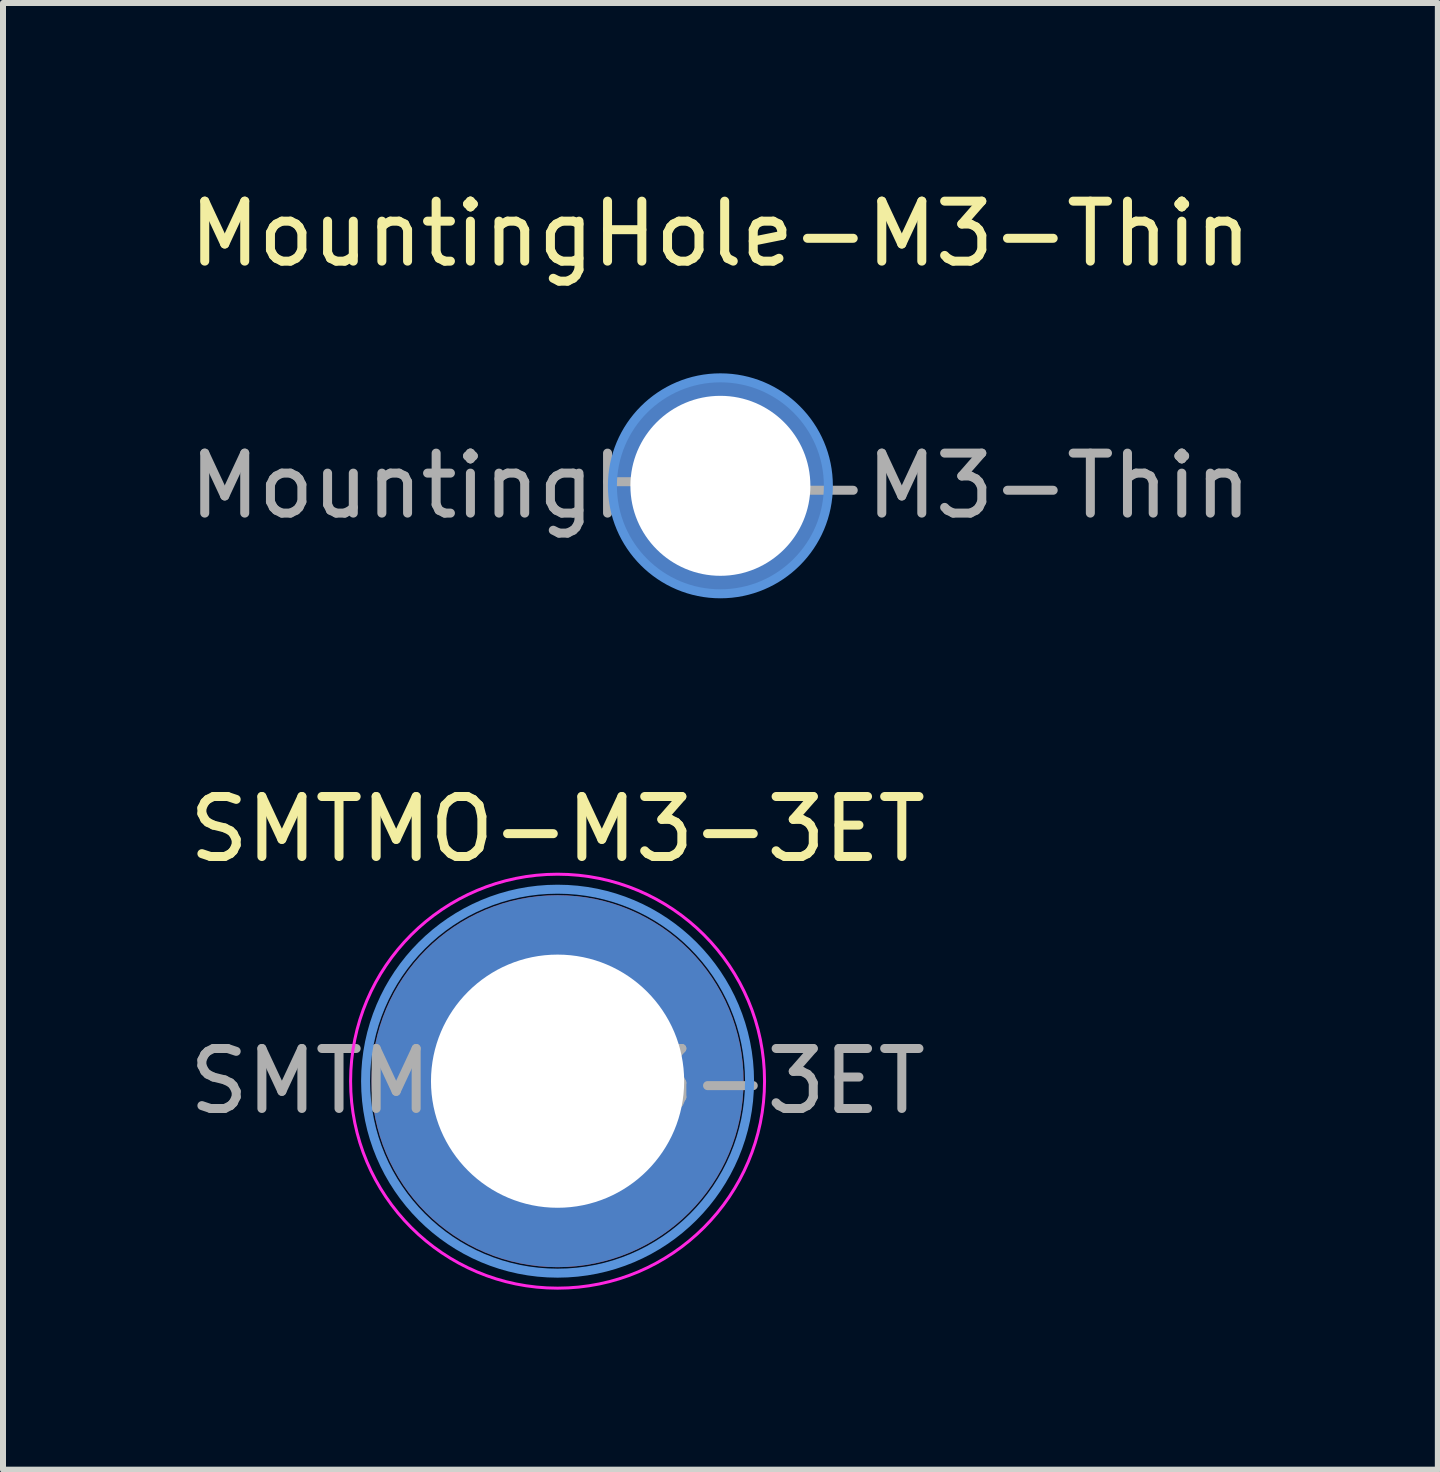
<source format=kicad_pcb>
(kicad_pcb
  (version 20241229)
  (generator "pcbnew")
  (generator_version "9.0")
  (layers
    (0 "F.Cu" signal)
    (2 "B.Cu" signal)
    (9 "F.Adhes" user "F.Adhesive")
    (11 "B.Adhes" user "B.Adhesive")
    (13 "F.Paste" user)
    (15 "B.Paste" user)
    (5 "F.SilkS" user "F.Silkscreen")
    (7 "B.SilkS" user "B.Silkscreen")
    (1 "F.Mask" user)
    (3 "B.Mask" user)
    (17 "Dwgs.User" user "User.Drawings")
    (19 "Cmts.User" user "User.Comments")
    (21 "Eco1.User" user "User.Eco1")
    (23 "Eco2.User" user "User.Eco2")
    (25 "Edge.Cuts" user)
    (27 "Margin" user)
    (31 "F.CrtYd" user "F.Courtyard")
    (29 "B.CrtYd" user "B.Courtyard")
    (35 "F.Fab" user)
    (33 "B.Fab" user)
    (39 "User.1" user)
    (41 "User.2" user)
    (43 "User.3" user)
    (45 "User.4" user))
  (footprint "SMTMO-M3-3ET"
    (layer "F.Cu")
    (at 6.244 14.972)
    (property "Reference" "SMTMO-M3-3ET" (at 0 -4.2 0) (layer "F.SilkS") (effects (font (size 1 1) (thickness 0.15))))
    (attr exclude_from_pos_files exclude_from_bom)
    (fp_circle (center 0 0) (end 3.2 0) (stroke (width 0.15) (type solid)) (fill no) (layer "Cmts.User"))
    (fp_circle (center 0 0) (end 3.45 0) (stroke (width 0.05) (type solid)) (fill no) (layer "F.CrtYd"))
    (fp_text user "${REFERENCE}" (at 0 0 0) (layer "F.Fab") (effects (font (size 1 1) (thickness 0.15))))
    (pad "1" thru_hole circle (at 0 0) (size 6.2 6.2) (drill 4.22) (layers "*.Cu" "*.Mask")))
  (footprint "MountingHole-M3-Thin"
    (layer "F.Cu")
    (at 8.958 5.048)
    (property "Reference" "MountingHole-M3-Thin" (at 0 -4.2 0) (layer "F.SilkS") (effects (font (size 1 1) (thickness 0.15))))
    (attr exclude_from_pos_files exclude_from_bom)
    (fp_circle (center 0 0) (end 1.8 0) (stroke (width 0.15) (type solid)) (fill no) (layer "Cmts.User"))
    (fp_circle (center 0 0) (end 1.8 0) (stroke (width 0.05) (type solid)) (fill no) (layer "F.CrtYd"))
    (fp_text user "${REFERENCE}" (at 0 0 0) (layer "F.Fab") (effects (font (size 1 1) (thickness 0.15))))
    (pad "1" thru_hole circle (at 0 0) (size 3.6 3.6) (drill 3) (layers "*.Cu" "*.Mask")))
  (gr_rect
    (start -3 -3)
    (end 20.917 21.447)
    (stroke (width 0.1) (type default))
    (fill no)
    (layer "Edge.Cuts")))
</source>
